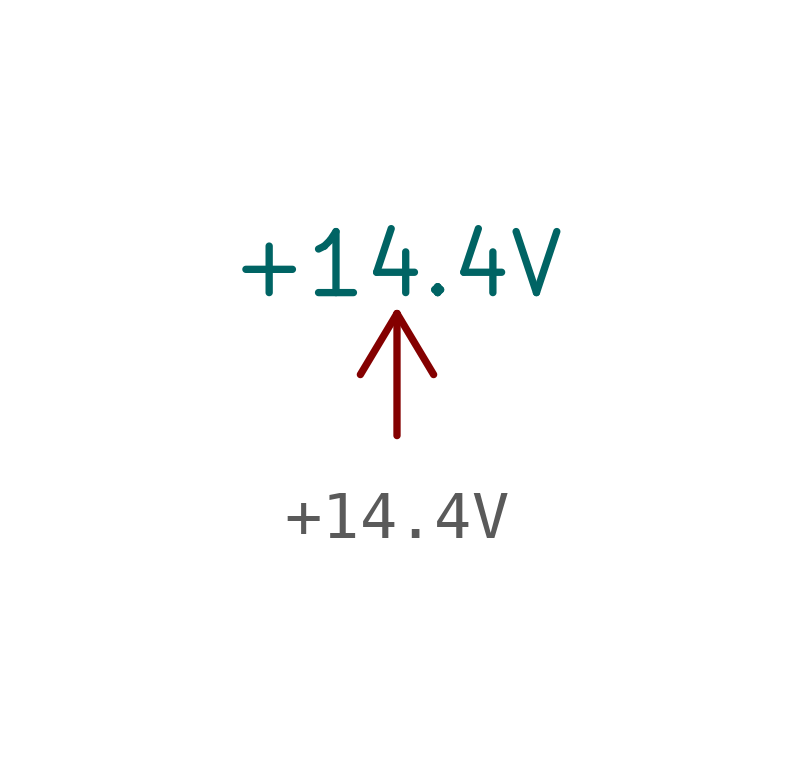
<source format=kicad_sym>
(kicad_symbol_lib
  (version 20241209)
  (generator "kicad_symbol_editor")
  (generator_version "9.0")
  (symbol "+14.4V"
    (power)
    (pin_names
      (offset 0))
    (property "Reference" "#PWR"
      (at 0 -3.81 0)
      (effects (font (size 1.27 1.27)) (hide yes)))
    (property "Value" "+14.4V"
      (at 0 3.556 0)
      (effects (font (size 1.27 1.27))))
    (symbol "+14.4V_0_1"
      (polyline (pts (xy -0.762 1.27) (xy 0 2.54)) (stroke (width 0) (type solid)) (fill (type none)))
      (polyline (pts (xy 0 2.54) (xy 0.762 1.27)) (stroke (width 0) (type solid)) (fill (type none)))
      (polyline (pts (xy 0 0) (xy 0 2.54)) (stroke (width 0) (type solid)) (fill (type none))))
    (symbol "+14.4V_1_1"
      (pin power_in line (at 0 0 90) (length 0) (hide yes) (name "+14.4V" (effects (font (size 1.27 1.27)))) (number "1" (effects (font (size 1.27 1.27))))))))
</source>
